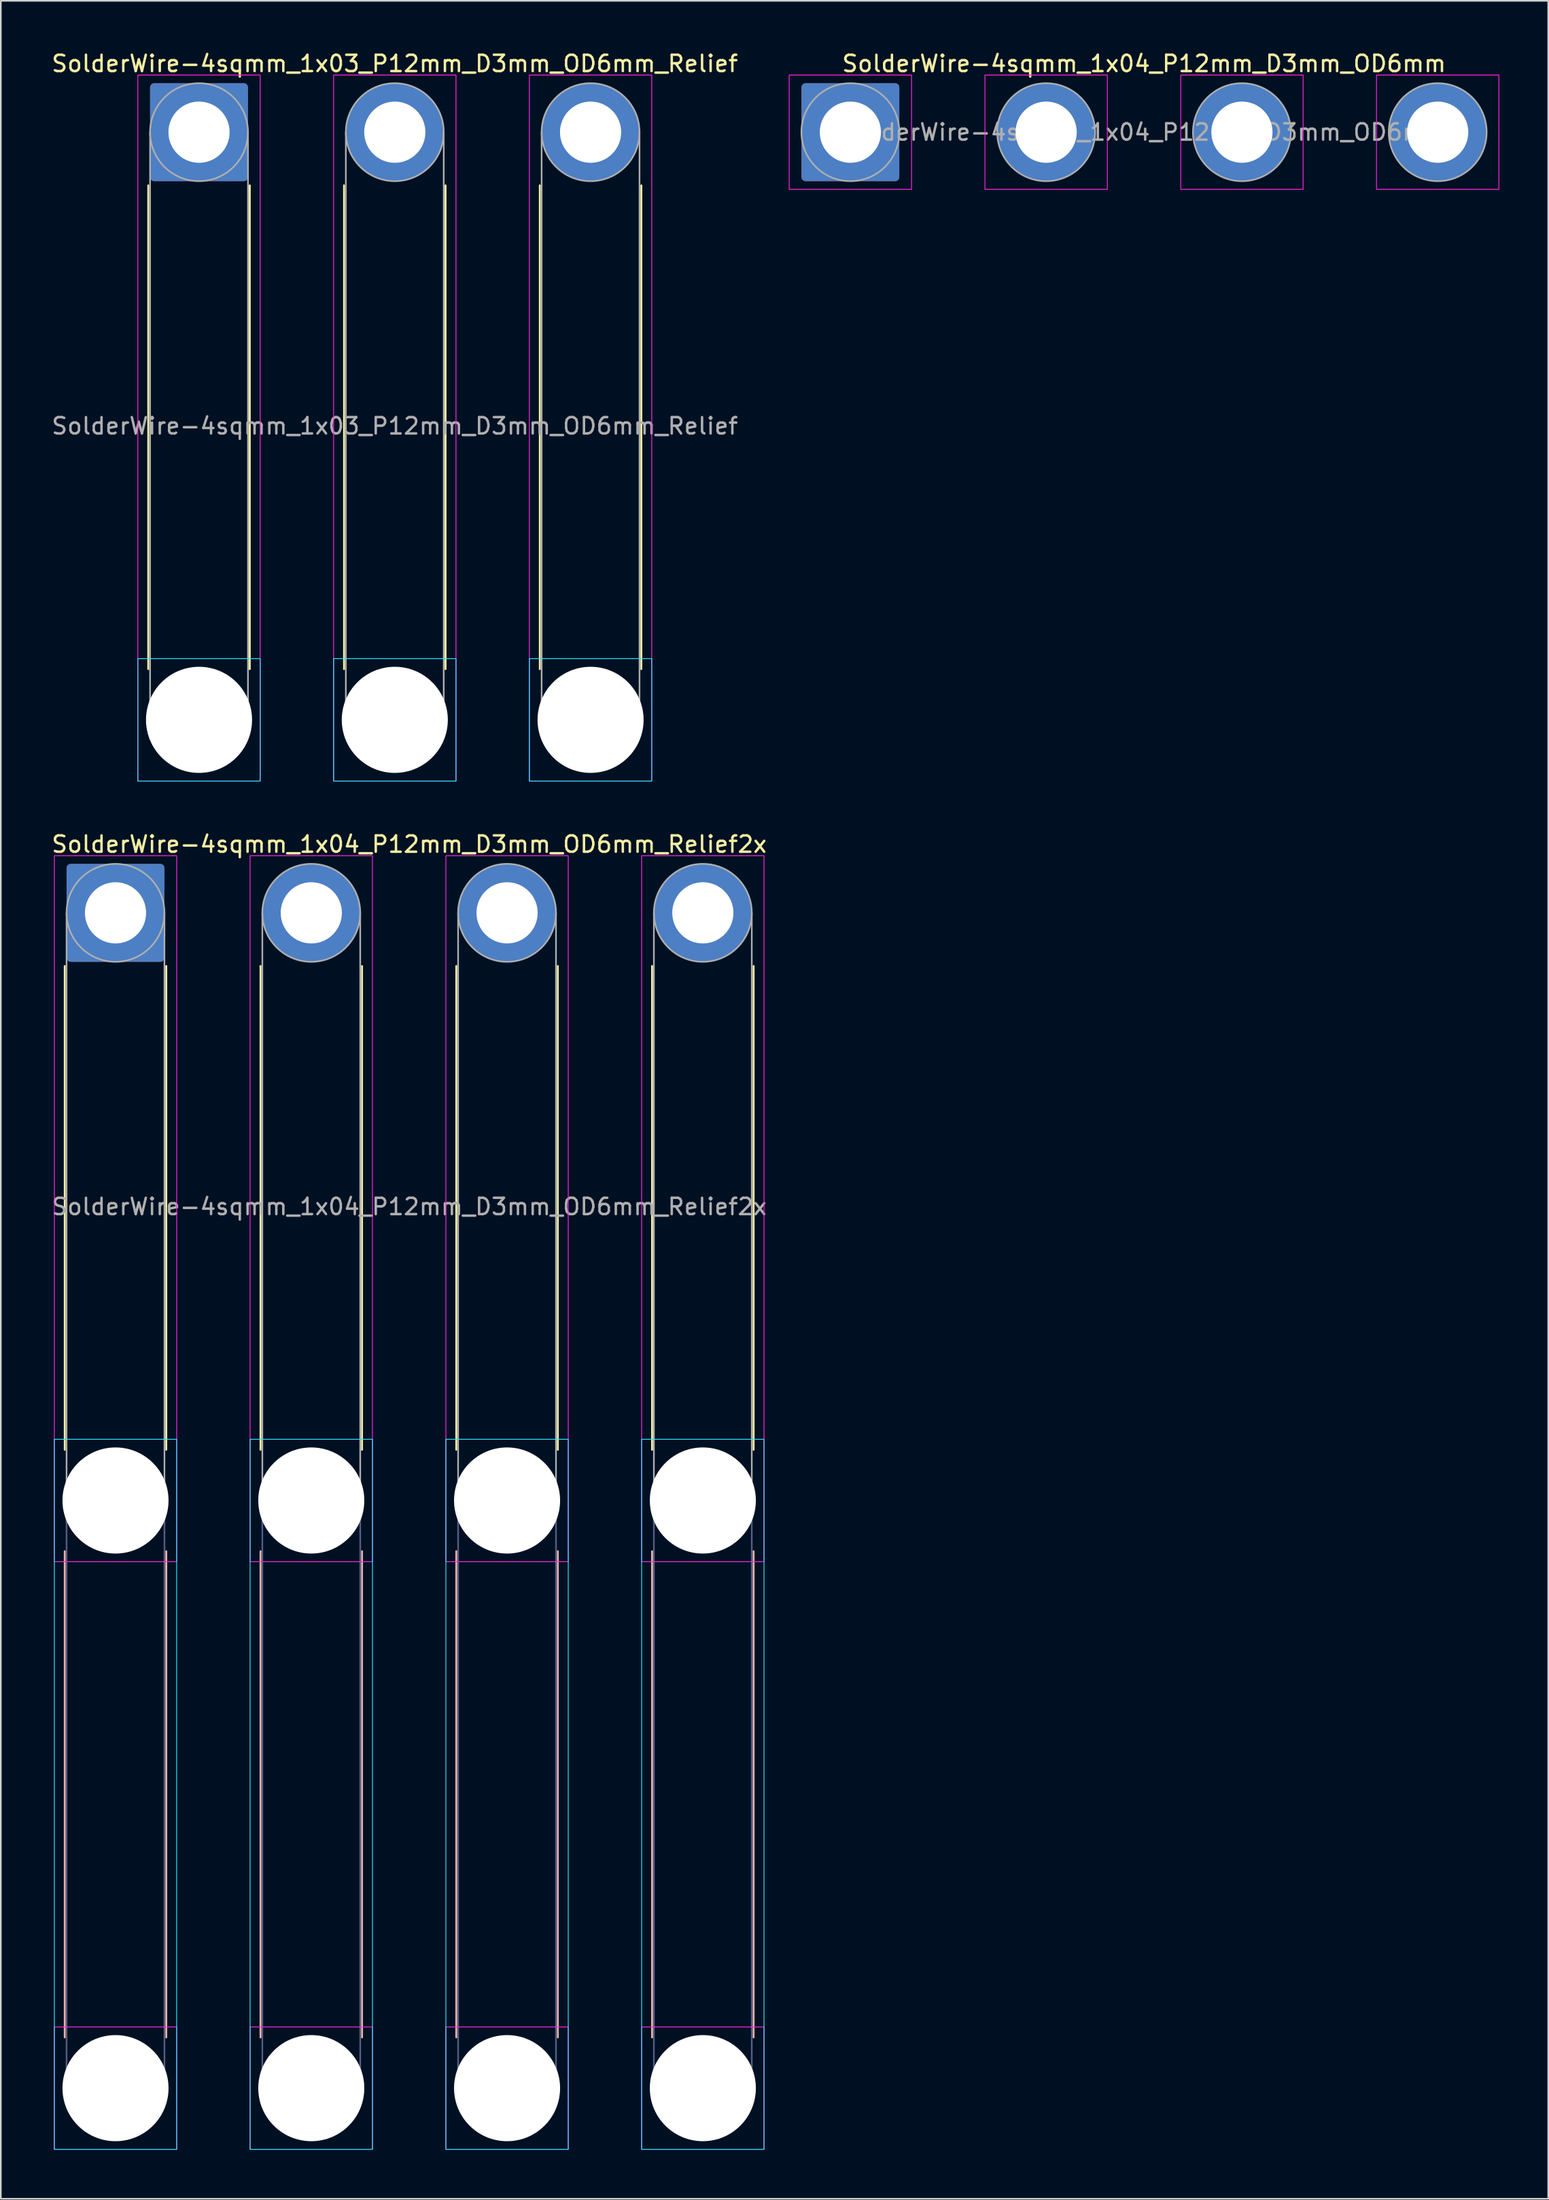
<source format=kicad_pcb>
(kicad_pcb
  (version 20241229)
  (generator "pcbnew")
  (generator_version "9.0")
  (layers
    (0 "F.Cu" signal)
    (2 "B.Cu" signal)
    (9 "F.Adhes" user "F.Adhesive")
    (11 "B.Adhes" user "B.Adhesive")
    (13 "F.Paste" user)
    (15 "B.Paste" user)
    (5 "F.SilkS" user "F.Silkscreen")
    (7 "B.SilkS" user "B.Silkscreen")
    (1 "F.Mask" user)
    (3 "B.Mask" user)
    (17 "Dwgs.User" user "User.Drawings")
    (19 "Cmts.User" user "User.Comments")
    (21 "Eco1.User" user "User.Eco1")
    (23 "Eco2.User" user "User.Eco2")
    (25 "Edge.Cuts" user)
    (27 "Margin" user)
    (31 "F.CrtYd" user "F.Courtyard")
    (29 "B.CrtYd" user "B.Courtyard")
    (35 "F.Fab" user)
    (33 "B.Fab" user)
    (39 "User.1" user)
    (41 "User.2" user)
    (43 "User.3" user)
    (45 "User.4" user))
  (footprint "SolderWire-4sqmm_1x03_P12mm_D3mm_OD6mm_Relief"
    (layer "F.Cu")
    (at 9.149 5.048)
    (property "Reference" "SolderWire-4sqmm_1x03_P12mm_D3mm_OD6mm_Relief" (at 12 -4.2 0) (layer "F.SilkS") (effects (font (size 1 1) (thickness 0.15))))
    (attr exclude_from_pos_files exclude_from_bom)
    (fp_line (start -3.11 3.26) (end -3.11 32.89) (stroke (width 0.12) (type solid)) (layer "F.SilkS"))
    (fp_line (start 3.11 3.26) (end 3.11 32.89) (stroke (width 0.12) (type solid)) (layer "F.SilkS"))
    (fp_line (start 8.89 3.26) (end 8.89 32.89) (stroke (width 0.12) (type solid)) (layer "F.SilkS"))
    (fp_line (start 15.11 3.26) (end 15.11 32.89) (stroke (width 0.12) (type solid)) (layer "F.SilkS"))
    (fp_line (start 20.89 3.26) (end 20.89 32.89) (stroke (width 0.12) (type solid)) (layer "F.SilkS"))
    (fp_line (start 27.11 3.26) (end 27.11 32.89) (stroke (width 0.12) (type solid)) (layer "F.SilkS"))
    (fp_rect (start -3.75 32.25) (end 3.75 39.75) (stroke (width 0.05) (type solid)) (fill no) (layer "B.CrtYd"))
    (fp_rect (start 8.25 32.25) (end 15.75 39.75) (stroke (width 0.05) (type solid)) (fill no) (layer "B.CrtYd"))
    (fp_rect (start 20.25 32.25) (end 27.75 39.75) (stroke (width 0.05) (type solid)) (fill no) (layer "B.CrtYd"))
    (fp_rect (start -3.75 -3.5) (end 3.75 39.75) (stroke (width 0.05) (type solid)) (fill no) (layer "F.CrtYd"))
    (fp_rect (start 8.25 -3.5) (end 15.75 39.75) (stroke (width 0.05) (type solid)) (fill no) (layer "F.CrtYd"))
    (fp_rect (start 20.25 -3.5) (end 27.75 39.75) (stroke (width 0.05) (type solid)) (fill no) (layer "F.CrtYd"))
    (fp_line (start -3 0) (end -3 36) (stroke (width 0.1) (type solid)) (layer "F.Fab"))
    (fp_line (start 3 0) (end 3 36) (stroke (width 0.1) (type solid)) (layer "F.Fab"))
    (fp_line (start 9 0) (end 9 36) (stroke (width 0.1) (type solid)) (layer "F.Fab"))
    (fp_line (start 15 0) (end 15 36) (stroke (width 0.1) (type solid)) (layer "F.Fab"))
    (fp_line (start 21 0) (end 21 36) (stroke (width 0.1) (type solid)) (layer "F.Fab"))
    (fp_line (start 27 0) (end 27 36) (stroke (width 0.1) (type solid)) (layer "F.Fab"))
    (fp_circle (center 0 0) (end 3 0) (stroke (width 0.1) (type solid)) (fill no) (layer "F.Fab"))
    (fp_circle (center 0 36) (end 3 36) (stroke (width 0.1) (type solid)) (fill no) (layer "F.Fab"))
    (fp_circle (center 12 0) (end 15 0) (stroke (width 0.1) (type solid)) (fill no) (layer "F.Fab"))
    (fp_circle (center 12 36) (end 15 36) (stroke (width 0.1) (type solid)) (fill no) (layer "F.Fab"))
    (fp_circle (center 24 0) (end 27 0) (stroke (width 0.1) (type solid)) (fill no) (layer "F.Fab"))
    (fp_circle (center 24 36) (end 27 36) (stroke (width 0.1) (type solid)) (fill no) (layer "F.Fab"))
    (fp_text user "${REFERENCE}" (at 12 18 0) (layer "F.Fab") (effects (font (size 1 1) (thickness 0.15))))
    (pad "" np_thru_hole circle (at 0 36) (size 6.5 6.5) (drill 6.5) (layers "*.Cu" "*.Mask"))
    (pad "" np_thru_hole circle (at 12 36) (size 6.5 6.5) (drill 6.5) (layers "*.Cu" "*.Mask"))
    (pad "" np_thru_hole circle (at 24 36) (size 6.5 6.5) (drill 6.5) (layers "*.Cu" "*.Mask"))
    (pad "1" thru_hole roundrect (at 0 0) (size 6 6) (drill 3.75) (layers "*.Cu" "*.Mask") (roundrect_rratio 0.042))
    (pad "2" thru_hole circle (at 12 0) (size 6 6) (drill 3.75) (layers "*.Cu" "*.Mask"))
    (pad "3" thru_hole circle (at 24 0) (size 6 6) (drill 3.75) (layers "*.Cu" "*.Mask")))
  (footprint "SolderWire-4sqmm_1x04_P12mm_D3mm_OD6mm_Relief2x"
    (layer "F.Cu")
    (at 4.03 52.871)
    (property "Reference" "SolderWire-4sqmm_1x04_P12mm_D3mm_OD6mm_Relief2x" (at 18 -4.2 0) (layer "F.SilkS") (effects (font (size 1 1) (thickness 0.15))))
    (attr exclude_from_pos_files exclude_from_bom)
    (fp_line (start -3.11 3.26) (end -3.11 32.89) (stroke (width 0.12) (type solid)) (layer "F.SilkS"))
    (fp_line (start 3.11 3.26) (end 3.11 32.89) (stroke (width 0.12) (type solid)) (layer "F.SilkS"))
    (fp_line (start 8.89 3.26) (end 8.89 32.89) (stroke (width 0.12) (type solid)) (layer "F.SilkS"))
    (fp_line (start 15.11 3.26) (end 15.11 32.89) (stroke (width 0.12) (type solid)) (layer "F.SilkS"))
    (fp_line (start 20.89 3.26) (end 20.89 32.89) (stroke (width 0.12) (type solid)) (layer "F.SilkS"))
    (fp_line (start 27.11 3.26) (end 27.11 32.89) (stroke (width 0.12) (type solid)) (layer "F.SilkS"))
    (fp_line (start 32.89 3.26) (end 32.89 32.89) (stroke (width 0.12) (type solid)) (layer "F.SilkS"))
    (fp_line (start 39.11 3.26) (end 39.11 32.89) (stroke (width 0.12) (type solid)) (layer "F.SilkS"))
    (fp_line (start -3.11 39.11) (end -3.11 68.89) (stroke (width 0.12) (type solid)) (layer "B.SilkS"))
    (fp_line (start 3.11 39.11) (end 3.11 68.89) (stroke (width 0.12) (type solid)) (layer "B.SilkS"))
    (fp_line (start 8.89 39.11) (end 8.89 68.89) (stroke (width 0.12) (type solid)) (layer "B.SilkS"))
    (fp_line (start 15.11 39.11) (end 15.11 68.89) (stroke (width 0.12) (type solid)) (layer "B.SilkS"))
    (fp_line (start 20.89 39.11) (end 20.89 68.89) (stroke (width 0.12) (type solid)) (layer "B.SilkS"))
    (fp_line (start 27.11 39.11) (end 27.11 68.89) (stroke (width 0.12) (type solid)) (layer "B.SilkS"))
    (fp_line (start 32.89 39.11) (end 32.89 68.89) (stroke (width 0.12) (type solid)) (layer "B.SilkS"))
    (fp_line (start 39.11 39.11) (end 39.11 68.89) (stroke (width 0.12) (type solid)) (layer "B.SilkS"))
    (fp_rect (start -3.75 32.25) (end 3.75 75.75) (stroke (width 0.05) (type solid)) (fill no) (layer "B.CrtYd"))
    (fp_rect (start 8.25 32.25) (end 15.75 75.75) (stroke (width 0.05) (type solid)) (fill no) (layer "B.CrtYd"))
    (fp_rect (start 20.25 32.25) (end 27.75 75.75) (stroke (width 0.05) (type solid)) (fill no) (layer "B.CrtYd"))
    (fp_rect (start 32.25 32.25) (end 39.75 75.75) (stroke (width 0.05) (type solid)) (fill no) (layer "B.CrtYd"))
    (fp_rect (start -3.75 -3.5) (end 3.75 39.75) (stroke (width 0.05) (type solid)) (fill no) (layer "F.CrtYd"))
    (fp_rect (start -3.75 68.25) (end 3.75 75.75) (stroke (width 0.05) (type solid)) (fill no) (layer "F.CrtYd"))
    (fp_rect (start 8.25 -3.5) (end 15.75 39.75) (stroke (width 0.05) (type solid)) (fill no) (layer "F.CrtYd"))
    (fp_rect (start 8.25 68.25) (end 15.75 75.75) (stroke (width 0.05) (type solid)) (fill no) (layer "F.CrtYd"))
    (fp_rect (start 20.25 -3.5) (end 27.75 39.75) (stroke (width 0.05) (type solid)) (fill no) (layer "F.CrtYd"))
    (fp_rect (start 20.25 68.25) (end 27.75 75.75) (stroke (width 0.05) (type solid)) (fill no) (layer "F.CrtYd"))
    (fp_rect (start 32.25 -3.5) (end 39.75 39.75) (stroke (width 0.05) (type solid)) (fill no) (layer "F.CrtYd"))
    (fp_rect (start 32.25 68.25) (end 39.75 75.75) (stroke (width 0.05) (type solid)) (fill no) (layer "F.CrtYd"))
    (fp_line (start -3 36) (end -3 72) (stroke (width 0.1) (type solid)) (layer "B.Fab"))
    (fp_line (start 3 36) (end 3 72) (stroke (width 0.1) (type solid)) (layer "B.Fab"))
    (fp_line (start 9 36) (end 9 72) (stroke (width 0.1) (type solid)) (layer "B.Fab"))
    (fp_line (start 15 36) (end 15 72) (stroke (width 0.1) (type solid)) (layer "B.Fab"))
    (fp_line (start 21 36) (end 21 72) (stroke (width 0.1) (type solid)) (layer "B.Fab"))
    (fp_line (start 27 36) (end 27 72) (stroke (width 0.1) (type solid)) (layer "B.Fab"))
    (fp_line (start 33 36) (end 33 72) (stroke (width 0.1) (type solid)) (layer "B.Fab"))
    (fp_line (start 39 36) (end 39 72) (stroke (width 0.1) (type solid)) (layer "B.Fab"))
    (fp_circle (center 0 36) (end 3 36) (stroke (width 0.1) (type solid)) (fill no) (layer "B.Fab"))
    (fp_circle (center 0 72) (end 3 72) (stroke (width 0.1) (type solid)) (fill no) (layer "B.Fab"))
    (fp_circle (center 12 36) (end 15 36) (stroke (width 0.1) (type solid)) (fill no) (layer "B.Fab"))
    (fp_circle (center 12 72) (end 15 72) (stroke (width 0.1) (type solid)) (fill no) (layer "B.Fab"))
    (fp_circle (center 24 36) (end 27 36) (stroke (width 0.1) (type solid)) (fill no) (layer "B.Fab"))
    (fp_circle (center 24 72) (end 27 72) (stroke (width 0.1) (type solid)) (fill no) (layer "B.Fab"))
    (fp_circle (center 36 36) (end 39 36) (stroke (width 0.1) (type solid)) (fill no) (layer "B.Fab"))
    (fp_circle (center 36 72) (end 39 72) (stroke (width 0.1) (type solid)) (fill no) (layer "B.Fab"))
    (fp_line (start -3 0) (end -3 36) (stroke (width 0.1) (type solid)) (layer "F.Fab"))
    (fp_line (start 3 0) (end 3 36) (stroke (width 0.1) (type solid)) (layer "F.Fab"))
    (fp_line (start 9 0) (end 9 36) (stroke (width 0.1) (type solid)) (layer "F.Fab"))
    (fp_line (start 15 0) (end 15 36) (stroke (width 0.1) (type solid)) (layer "F.Fab"))
    (fp_line (start 21 0) (end 21 36) (stroke (width 0.1) (type solid)) (layer "F.Fab"))
    (fp_line (start 27 0) (end 27 36) (stroke (width 0.1) (type solid)) (layer "F.Fab"))
    (fp_line (start 33 0) (end 33 36) (stroke (width 0.1) (type solid)) (layer "F.Fab"))
    (fp_line (start 39 0) (end 39 36) (stroke (width 0.1) (type solid)) (layer "F.Fab"))
    (fp_circle (center 0 0) (end 3 0) (stroke (width 0.1) (type solid)) (fill no) (layer "F.Fab"))
    (fp_circle (center 0 36) (end 3 36) (stroke (width 0.1) (type solid)) (fill no) (layer "F.Fab"))
    (fp_circle (center 0 72) (end 3 72) (stroke (width 0.1) (type solid)) (fill no) (layer "F.Fab"))
    (fp_circle (center 12 0) (end 15 0) (stroke (width 0.1) (type solid)) (fill no) (layer "F.Fab"))
    (fp_circle (center 12 36) (end 15 36) (stroke (width 0.1) (type solid)) (fill no) (layer "F.Fab"))
    (fp_circle (center 12 72) (end 15 72) (stroke (width 0.1) (type solid)) (fill no) (layer "F.Fab"))
    (fp_circle (center 24 0) (end 27 0) (stroke (width 0.1) (type solid)) (fill no) (layer "F.Fab"))
    (fp_circle (center 24 36) (end 27 36) (stroke (width 0.1) (type solid)) (fill no) (layer "F.Fab"))
    (fp_circle (center 24 72) (end 27 72) (stroke (width 0.1) (type solid)) (fill no) (layer "F.Fab"))
    (fp_circle (center 36 0) (end 39 0) (stroke (width 0.1) (type solid)) (fill no) (layer "F.Fab"))
    (fp_circle (center 36 36) (end 39 36) (stroke (width 0.1) (type solid)) (fill no) (layer "F.Fab"))
    (fp_circle (center 36 72) (end 39 72) (stroke (width 0.1) (type solid)) (fill no) (layer "F.Fab"))
    (fp_text user "${REFERENCE}" (at 18 18 0) (layer "F.Fab") (effects (font (size 1 1) (thickness 0.15))))
    (pad "" np_thru_hole circle (at 0 36) (size 6.5 6.5) (drill 6.5) (layers "*.Cu" "*.Mask"))
    (pad "" np_thru_hole circle (at 0 72) (size 6.5 6.5) (drill 6.5) (layers "*.Cu" "*.Mask"))
    (pad "" np_thru_hole circle (at 12 36) (size 6.5 6.5) (drill 6.5) (layers "*.Cu" "*.Mask"))
    (pad "" np_thru_hole circle (at 12 72) (size 6.5 6.5) (drill 6.5) (layers "*.Cu" "*.Mask"))
    (pad "" np_thru_hole circle (at 24 36) (size 6.5 6.5) (drill 6.5) (layers "*.Cu" "*.Mask"))
    (pad "" np_thru_hole circle (at 24 72) (size 6.5 6.5) (drill 6.5) (layers "*.Cu" "*.Mask"))
    (pad "" np_thru_hole circle (at 36 36) (size 6.5 6.5) (drill 6.5) (layers "*.Cu" "*.Mask"))
    (pad "" np_thru_hole circle (at 36 72) (size 6.5 6.5) (drill 6.5) (layers "*.Cu" "*.Mask"))
    (pad "1" thru_hole roundrect (at 0 0) (size 6 6) (drill 3.75) (layers "*.Cu" "*.Mask") (roundrect_rratio 0.042))
    (pad "2" thru_hole circle (at 12 0) (size 6 6) (drill 3.75) (layers "*.Cu" "*.Mask"))
    (pad "3" thru_hole circle (at 24 0) (size 6 6) (drill 3.75) (layers "*.Cu" "*.Mask"))
    (pad "4" thru_hole circle (at 36 0) (size 6 6) (drill 3.75) (layers "*.Cu" "*.Mask")))
  (footprint "SolderWire-4sqmm_1x04_P12mm_D3mm_OD6mm"
    (layer "F.Cu")
    (at 49.073 5.048)
    (property "Reference" "SolderWire-4sqmm_1x04_P12mm_D3mm_OD6mm" (at 18 -4.2 0) (layer "F.SilkS") (effects (font (size 1 1) (thickness 0.15))))
    (attr exclude_from_pos_files exclude_from_bom)
    (fp_rect (start -3.75 -3.5) (end 3.75 3.5) (stroke (width 0.05) (type solid)) (fill no) (layer "F.CrtYd"))
    (fp_rect (start 8.25 -3.5) (end 15.75 3.5) (stroke (width 0.05) (type solid)) (fill no) (layer "F.CrtYd"))
    (fp_rect (start 20.25 -3.5) (end 27.75 3.5) (stroke (width 0.05) (type solid)) (fill no) (layer "F.CrtYd"))
    (fp_rect (start 32.25 -3.5) (end 39.75 3.5) (stroke (width 0.05) (type solid)) (fill no) (layer "F.CrtYd"))
    (fp_circle (center 0 0) (end 3 0) (stroke (width 0.1) (type solid)) (fill no) (layer "F.Fab"))
    (fp_circle (center 12 0) (end 15 0) (stroke (width 0.1) (type solid)) (fill no) (layer "F.Fab"))
    (fp_circle (center 24 0) (end 27 0) (stroke (width 0.1) (type solid)) (fill no) (layer "F.Fab"))
    (fp_circle (center 36 0) (end 39 0) (stroke (width 0.1) (type solid)) (fill no) (layer "F.Fab"))
    (fp_text user "${REFERENCE}" (at 18 0 0) (layer "F.Fab") (effects (font (size 1 1) (thickness 0.15))))
    (pad "1" thru_hole roundrect (at 0 0) (size 6 6) (drill 3.75) (layers "*.Cu" "*.Mask") (roundrect_rratio 0.042))
    (pad "2" thru_hole circle (at 12 0) (size 6 6) (drill 3.75) (layers "*.Cu" "*.Mask"))
    (pad "3" thru_hole circle (at 24 0) (size 6 6) (drill 3.75) (layers "*.Cu" "*.Mask"))
    (pad "4" thru_hole circle (at 36 0) (size 6 6) (drill 3.75) (layers "*.Cu" "*.Mask")))
  (gr_rect
    (start -3 -3)
    (end 91.848 131.647)
    (stroke (width 0.1) (type default))
    (fill no)
    (layer "Edge.Cuts")))
</source>
